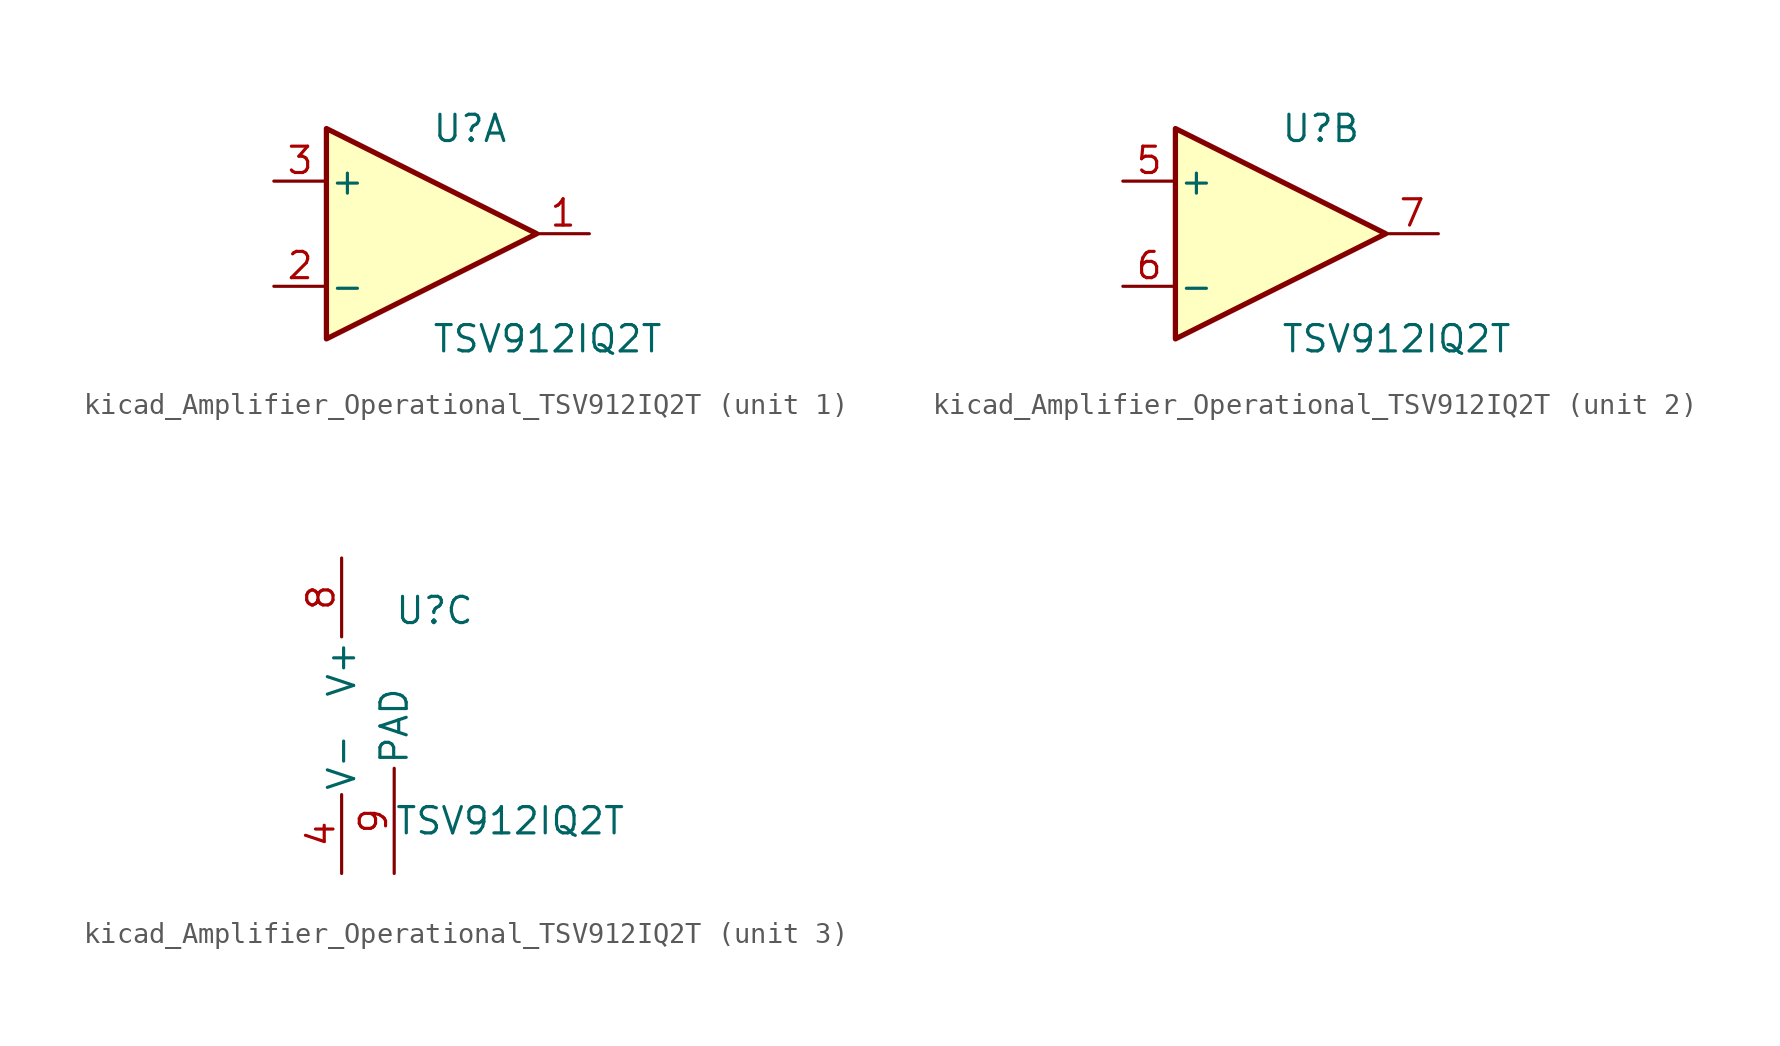
<source format=kicad_sym>
(kicad_symbol_lib
  (version 20220914)
  (generator kicad_symbol_editor)
  (symbol "kicad_Amplifier_Operational_TSV912IQ2T"
    (pin_names
      (offset 0.127))
    (property "Reference" "U"
      (at 0 5.08 0)
      (effects (font (size 1.27 1.27)) (justify left)))
    (property "Value" "TSV912IQ2T"
      (at 0 -5.08 0)
      (effects (font (size 1.27 1.27)) (justify left)))
    (property "ki_locked" ""
      (at 0 0 0)
      (effects (font (size 1.27 1.27))))
    (symbol "kicad_Amplifier_Operational_TSV912IQ2T_1_1"
      (polyline (pts (xy -5.08 5.08) (xy 5.08 0) (xy -5.08 -5.08) (xy -5.08 5.08)) (stroke (width 0.254) (type default)) (fill (type background)))
      (pin output line (at 7.62 0 180) (length 2.54) (name "~" (effects (font (size 1.27 1.27)))) (number "1" (effects (font (size 1.27 1.27)))))
      (pin input line (at -7.62 -2.54 0) (length 2.54) (name "-" (effects (font (size 1.27 1.27)))) (number "2" (effects (font (size 1.27 1.27)))))
      (pin input line (at -7.62 2.54 0) (length 2.54) (name "+" (effects (font (size 1.27 1.27)))) (number "3" (effects (font (size 1.27 1.27))))))
    (symbol "kicad_Amplifier_Operational_TSV912IQ2T_2_1"
      (polyline (pts (xy -5.08 5.08) (xy 5.08 0) (xy -5.08 -5.08) (xy -5.08 5.08)) (stroke (width 0.254) (type default)) (fill (type background)))
      (pin input line (at -7.62 2.54 0) (length 2.54) (name "+" (effects (font (size 1.27 1.27)))) (number "5" (effects (font (size 1.27 1.27)))))
      (pin input line (at -7.62 -2.54 0) (length 2.54) (name "-" (effects (font (size 1.27 1.27)))) (number "6" (effects (font (size 1.27 1.27)))))
      (pin output line (at 7.62 0 180) (length 2.54) (name "~" (effects (font (size 1.27 1.27)))) (number "7" (effects (font (size 1.27 1.27))))))
    (symbol "kicad_Amplifier_Operational_TSV912IQ2T_3_1"
      (pin power_in line (at -2.54 -7.62 90) (length 3.81) (name "V-" (effects (font (size 1.27 1.27)))) (number "4" (effects (font (size 1.27 1.27)))))
      (pin power_in line (at -2.54 7.62 270) (length 3.81) (name "V+" (effects (font (size 1.27 1.27)))) (number "8" (effects (font (size 1.27 1.27)))))
      (pin power_in line (at 0 -7.62 90) (length 5.08) (name "PAD" (effects (font (size 1.27 1.27)))) (number "9" (effects (font (size 1.27 1.27))))))))
</source>
